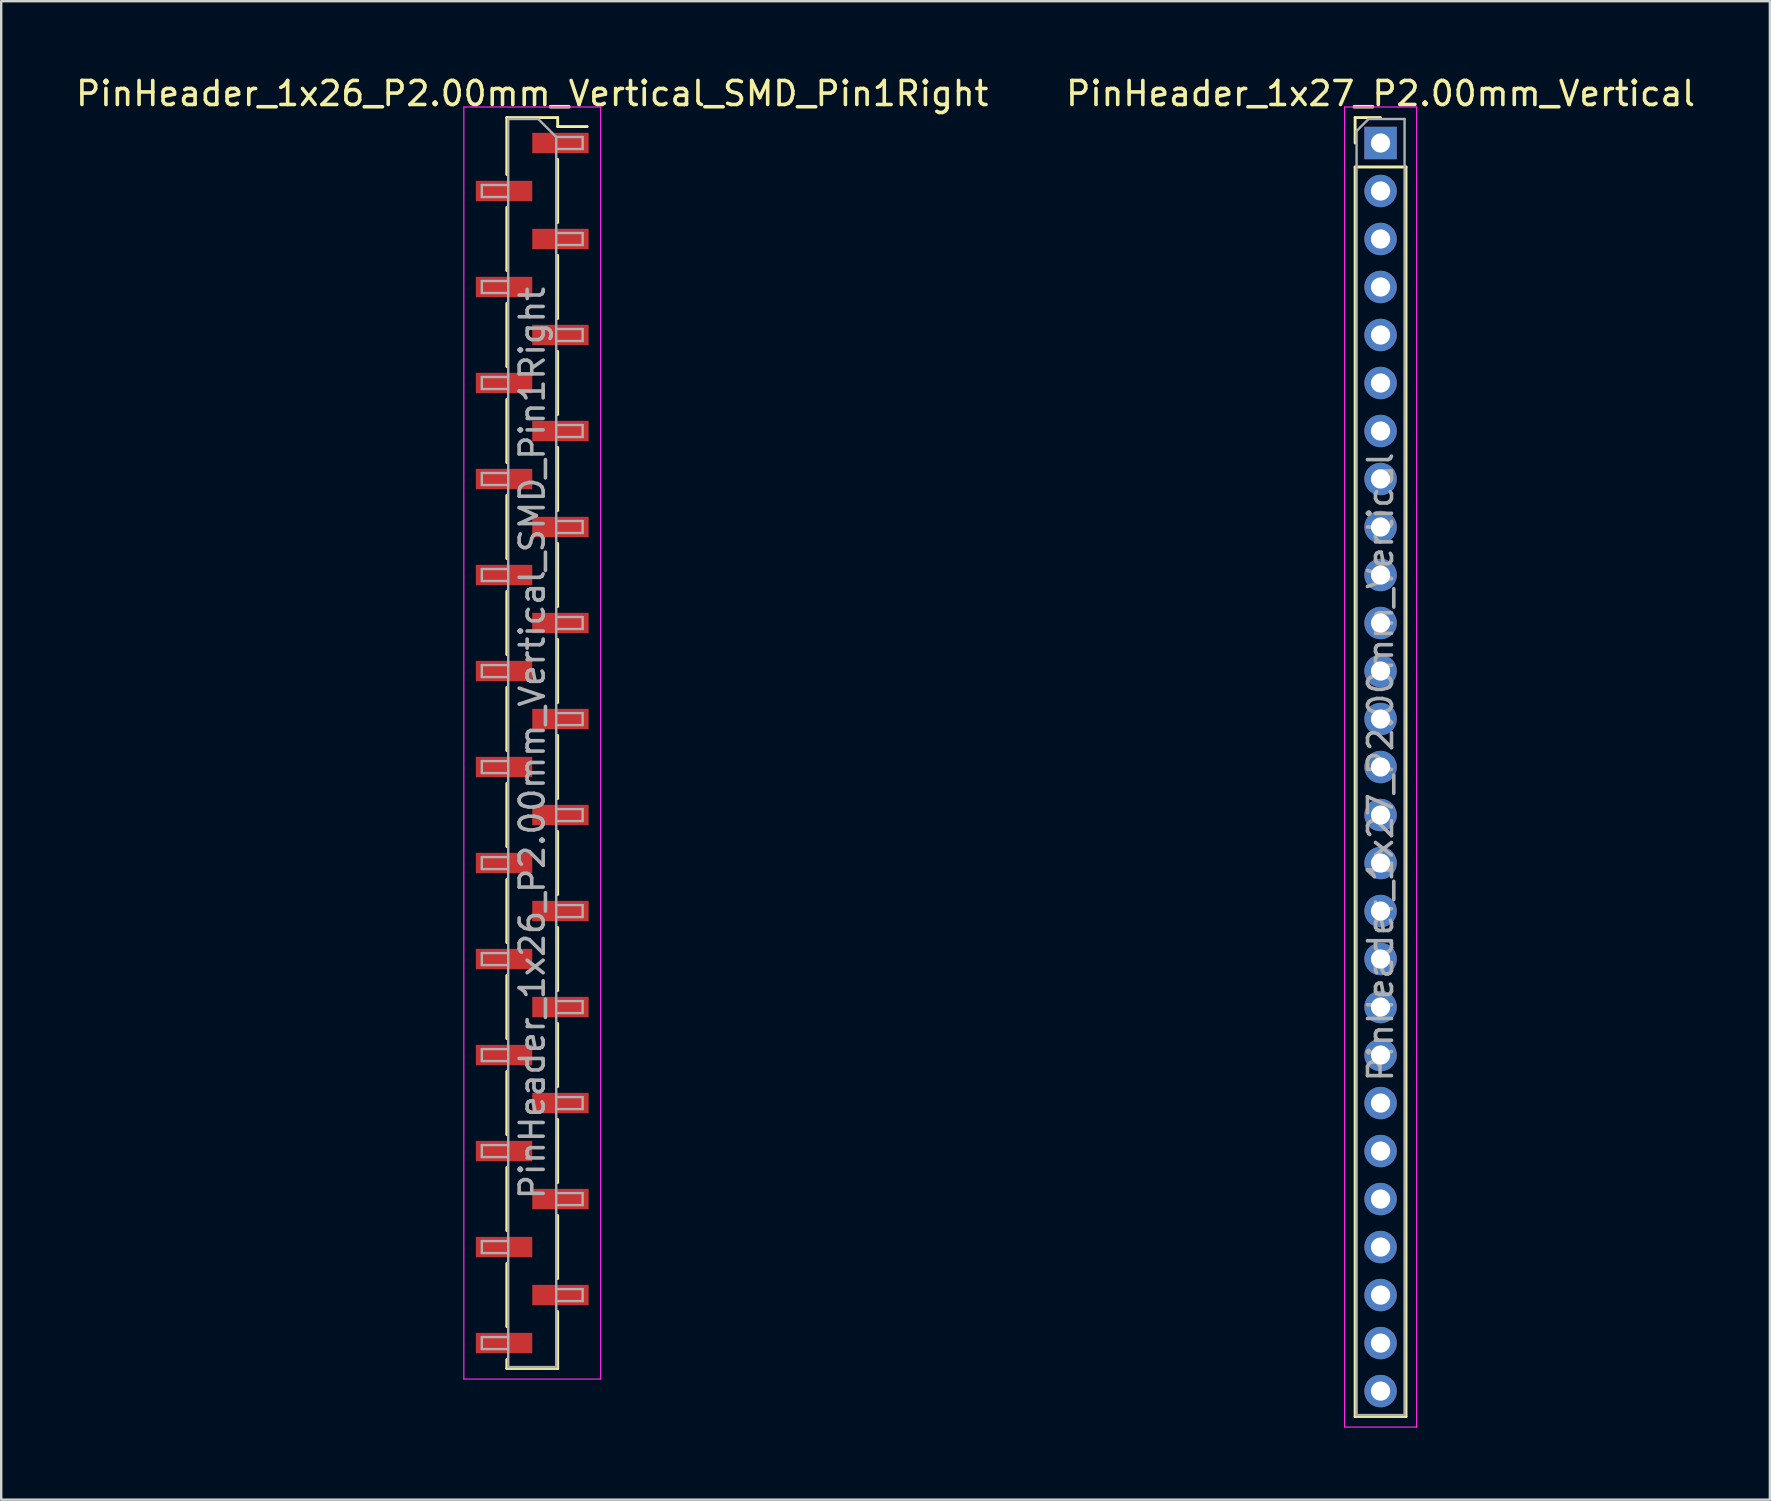
<source format=kicad_pcb>
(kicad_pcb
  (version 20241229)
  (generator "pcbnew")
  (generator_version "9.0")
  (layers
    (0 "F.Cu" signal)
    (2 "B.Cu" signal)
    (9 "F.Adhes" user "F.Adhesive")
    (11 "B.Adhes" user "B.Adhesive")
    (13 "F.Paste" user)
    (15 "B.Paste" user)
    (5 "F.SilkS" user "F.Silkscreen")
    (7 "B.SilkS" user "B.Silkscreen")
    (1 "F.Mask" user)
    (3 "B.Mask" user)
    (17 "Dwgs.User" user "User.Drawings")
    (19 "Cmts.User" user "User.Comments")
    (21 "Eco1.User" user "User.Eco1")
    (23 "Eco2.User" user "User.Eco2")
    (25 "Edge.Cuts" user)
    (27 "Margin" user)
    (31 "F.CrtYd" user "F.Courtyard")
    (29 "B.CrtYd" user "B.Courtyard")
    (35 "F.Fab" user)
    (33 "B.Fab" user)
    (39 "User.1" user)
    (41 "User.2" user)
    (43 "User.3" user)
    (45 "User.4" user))
  (footprint "PinHeader_1x26_P2.00mm_Vertical_SMD_Pin1Right"
    (layer "F.Cu")
    (at 19.125 27.908)
    (property "Reference" "PinHeader_1x26_P2.00mm_Vertical_SMD_Pin1Right" (at 0 -27.06 0) (layer "F.SilkS") (effects (font (size 1 1) (thickness 0.15))))
    (attr smd)
    (fp_line (start -1.06 -26.06) (end -1.06 -23.685) (stroke (width 0.12) (type solid)) (layer "F.SilkS"))
    (fp_line (start -1.06 -26.06) (end 1.06 -26.06) (stroke (width 0.12) (type solid)) (layer "F.SilkS"))
    (fp_line (start -1.06 -22.315) (end -1.06 -19.685) (stroke (width 0.12) (type solid)) (layer "F.SilkS"))
    (fp_line (start -1.06 -18.315) (end -1.06 -15.685) (stroke (width 0.12) (type solid)) (layer "F.SilkS"))
    (fp_line (start -1.06 -14.315) (end -1.06 -11.685) (stroke (width 0.12) (type solid)) (layer "F.SilkS"))
    (fp_line (start -1.06 -10.315) (end -1.06 -7.685) (stroke (width 0.12) (type solid)) (layer "F.SilkS"))
    (fp_line (start -1.06 -6.315) (end -1.06 -3.685) (stroke (width 0.12) (type solid)) (layer "F.SilkS"))
    (fp_line (start -1.06 -2.315) (end -1.06 0.315) (stroke (width 0.12) (type solid)) (layer "F.SilkS"))
    (fp_line (start -1.06 1.685) (end -1.06 4.315) (stroke (width 0.12) (type solid)) (layer "F.SilkS"))
    (fp_line (start -1.06 5.685) (end -1.06 8.315) (stroke (width 0.12) (type solid)) (layer "F.SilkS"))
    (fp_line (start -1.06 9.685) (end -1.06 12.315) (stroke (width 0.12) (type solid)) (layer "F.SilkS"))
    (fp_line (start -1.06 13.685) (end -1.06 16.315) (stroke (width 0.12) (type solid)) (layer "F.SilkS"))
    (fp_line (start -1.06 17.685) (end -1.06 20.315) (stroke (width 0.12) (type solid)) (layer "F.SilkS"))
    (fp_line (start -1.06 21.685) (end -1.06 24.315) (stroke (width 0.12) (type solid)) (layer "F.SilkS"))
    (fp_line (start -1.06 25.685) (end -1.06 26.06) (stroke (width 0.12) (type solid)) (layer "F.SilkS"))
    (fp_line (start -1.06 26.06) (end 1.06 26.06) (stroke (width 0.12) (type solid)) (layer "F.SilkS"))
    (fp_line (start 1.06 -26.06) (end 1.06 -25.685) (stroke (width 0.12) (type solid)) (layer "F.SilkS"))
    (fp_line (start 1.06 -25.685) (end 2.29 -25.685) (stroke (width 0.12) (type solid)) (layer "F.SilkS"))
    (fp_line (start 1.06 -24.315) (end 1.06 -21.685) (stroke (width 0.12) (type solid)) (layer "F.SilkS"))
    (fp_line (start 1.06 -20.315) (end 1.06 -17.685) (stroke (width 0.12) (type solid)) (layer "F.SilkS"))
    (fp_line (start 1.06 -16.315) (end 1.06 -13.685) (stroke (width 0.12) (type solid)) (layer "F.SilkS"))
    (fp_line (start 1.06 -12.315) (end 1.06 -9.685) (stroke (width 0.12) (type solid)) (layer "F.SilkS"))
    (fp_line (start 1.06 -8.315) (end 1.06 -5.685) (stroke (width 0.12) (type solid)) (layer "F.SilkS"))
    (fp_line (start 1.06 -4.315) (end 1.06 -1.685) (stroke (width 0.12) (type solid)) (layer "F.SilkS"))
    (fp_line (start 1.06 -0.315) (end 1.06 2.315) (stroke (width 0.12) (type solid)) (layer "F.SilkS"))
    (fp_line (start 1.06 3.685) (end 1.06 6.315) (stroke (width 0.12) (type solid)) (layer "F.SilkS"))
    (fp_line (start 1.06 7.685) (end 1.06 10.315) (stroke (width 0.12) (type solid)) (layer "F.SilkS"))
    (fp_line (start 1.06 11.685) (end 1.06 14.315) (stroke (width 0.12) (type solid)) (layer "F.SilkS"))
    (fp_line (start 1.06 15.685) (end 1.06 18.315) (stroke (width 0.12) (type solid)) (layer "F.SilkS"))
    (fp_line (start 1.06 19.685) (end 1.06 22.315) (stroke (width 0.12) (type solid)) (layer "F.SilkS"))
    (fp_line (start 1.06 23.685) (end 1.06 26.06) (stroke (width 0.12) (type solid)) (layer "F.SilkS"))
    (fp_line (start -2.85 -26.5) (end -2.85 26.5) (stroke (width 0.05) (type solid)) (layer "F.CrtYd"))
    (fp_line (start -2.85 26.5) (end 2.85 26.5) (stroke (width 0.05) (type solid)) (layer "F.CrtYd"))
    (fp_line (start 2.85 -26.5) (end -2.85 -26.5) (stroke (width 0.05) (type solid)) (layer "F.CrtYd"))
    (fp_line (start 2.85 26.5) (end 2.85 -26.5) (stroke (width 0.05) (type solid)) (layer "F.CrtYd"))
    (fp_line (start -2.1 -23.25) (end -2.1 -22.75) (stroke (width 0.1) (type solid)) (layer "F.Fab"))
    (fp_line (start -2.1 -22.75) (end -1 -22.75) (stroke (width 0.1) (type solid)) (layer "F.Fab"))
    (fp_line (start -2.1 -19.25) (end -2.1 -18.75) (stroke (width 0.1) (type solid)) (layer "F.Fab"))
    (fp_line (start -2.1 -18.75) (end -1 -18.75) (stroke (width 0.1) (type solid)) (layer "F.Fab"))
    (fp_line (start -2.1 -15.25) (end -2.1 -14.75) (stroke (width 0.1) (type solid)) (layer "F.Fab"))
    (fp_line (start -2.1 -14.75) (end -1 -14.75) (stroke (width 0.1) (type solid)) (layer "F.Fab"))
    (fp_line (start -2.1 -11.25) (end -2.1 -10.75) (stroke (width 0.1) (type solid)) (layer "F.Fab"))
    (fp_line (start -2.1 -10.75) (end -1 -10.75) (stroke (width 0.1) (type solid)) (layer "F.Fab"))
    (fp_line (start -2.1 -7.25) (end -2.1 -6.75) (stroke (width 0.1) (type solid)) (layer "F.Fab"))
    (fp_line (start -2.1 -6.75) (end -1 -6.75) (stroke (width 0.1) (type solid)) (layer "F.Fab"))
    (fp_line (start -2.1 -3.25) (end -2.1 -2.75) (stroke (width 0.1) (type solid)) (layer "F.Fab"))
    (fp_line (start -2.1 -2.75) (end -1 -2.75) (stroke (width 0.1) (type solid)) (layer "F.Fab"))
    (fp_line (start -2.1 0.75) (end -2.1 1.25) (stroke (width 0.1) (type solid)) (layer "F.Fab"))
    (fp_line (start -2.1 1.25) (end -1 1.25) (stroke (width 0.1) (type solid)) (layer "F.Fab"))
    (fp_line (start -2.1 4.75) (end -2.1 5.25) (stroke (width 0.1) (type solid)) (layer "F.Fab"))
    (fp_line (start -2.1 5.25) (end -1 5.25) (stroke (width 0.1) (type solid)) (layer "F.Fab"))
    (fp_line (start -2.1 8.75) (end -2.1 9.25) (stroke (width 0.1) (type solid)) (layer "F.Fab"))
    (fp_line (start -2.1 9.25) (end -1 9.25) (stroke (width 0.1) (type solid)) (layer "F.Fab"))
    (fp_line (start -2.1 12.75) (end -2.1 13.25) (stroke (width 0.1) (type solid)) (layer "F.Fab"))
    (fp_line (start -2.1 13.25) (end -1 13.25) (stroke (width 0.1) (type solid)) (layer "F.Fab"))
    (fp_line (start -2.1 16.75) (end -2.1 17.25) (stroke (width 0.1) (type solid)) (layer "F.Fab"))
    (fp_line (start -2.1 17.25) (end -1 17.25) (stroke (width 0.1) (type solid)) (layer "F.Fab"))
    (fp_line (start -2.1 20.75) (end -2.1 21.25) (stroke (width 0.1) (type solid)) (layer "F.Fab"))
    (fp_line (start -2.1 21.25) (end -1 21.25) (stroke (width 0.1) (type solid)) (layer "F.Fab"))
    (fp_line (start -2.1 24.75) (end -2.1 25.25) (stroke (width 0.1) (type solid)) (layer "F.Fab"))
    (fp_line (start -2.1 25.25) (end -1 25.25) (stroke (width 0.1) (type solid)) (layer "F.Fab"))
    (fp_line (start -1 -26) (end -1 26) (stroke (width 0.1) (type solid)) (layer "F.Fab"))
    (fp_line (start -1 -26) (end 0.25 -26) (stroke (width 0.1) (type solid)) (layer "F.Fab"))
    (fp_line (start -1 -23.25) (end -2.1 -23.25) (stroke (width 0.1) (type solid)) (layer "F.Fab"))
    (fp_line (start -1 -19.25) (end -2.1 -19.25) (stroke (width 0.1) (type solid)) (layer "F.Fab"))
    (fp_line (start -1 -15.25) (end -2.1 -15.25) (stroke (width 0.1) (type solid)) (layer "F.Fab"))
    (fp_line (start -1 -11.25) (end -2.1 -11.25) (stroke (width 0.1) (type solid)) (layer "F.Fab"))
    (fp_line (start -1 -7.25) (end -2.1 -7.25) (stroke (width 0.1) (type solid)) (layer "F.Fab"))
    (fp_line (start -1 -3.25) (end -2.1 -3.25) (stroke (width 0.1) (type solid)) (layer "F.Fab"))
    (fp_line (start -1 0.75) (end -2.1 0.75) (stroke (width 0.1) (type solid)) (layer "F.Fab"))
    (fp_line (start -1 4.75) (end -2.1 4.75) (stroke (width 0.1) (type solid)) (layer "F.Fab"))
    (fp_line (start -1 8.75) (end -2.1 8.75) (stroke (width 0.1) (type solid)) (layer "F.Fab"))
    (fp_line (start -1 12.75) (end -2.1 12.75) (stroke (width 0.1) (type solid)) (layer "F.Fab"))
    (fp_line (start -1 16.75) (end -2.1 16.75) (stroke (width 0.1) (type solid)) (layer "F.Fab"))
    (fp_line (start -1 20.75) (end -2.1 20.75) (stroke (width 0.1) (type solid)) (layer "F.Fab"))
    (fp_line (start -1 24.75) (end -2.1 24.75) (stroke (width 0.1) (type solid)) (layer "F.Fab"))
    (fp_line (start 1 -25.25) (end 0.25 -26) (stroke (width 0.1) (type solid)) (layer "F.Fab"))
    (fp_line (start 1 -25.25) (end 2.1 -25.25) (stroke (width 0.1) (type solid)) (layer "F.Fab"))
    (fp_line (start 1 -21.25) (end 2.1 -21.25) (stroke (width 0.1) (type solid)) (layer "F.Fab"))
    (fp_line (start 1 -17.25) (end 2.1 -17.25) (stroke (width 0.1) (type solid)) (layer "F.Fab"))
    (fp_line (start 1 -13.25) (end 2.1 -13.25) (stroke (width 0.1) (type solid)) (layer "F.Fab"))
    (fp_line (start 1 -9.25) (end 2.1 -9.25) (stroke (width 0.1) (type solid)) (layer "F.Fab"))
    (fp_line (start 1 -5.25) (end 2.1 -5.25) (stroke (width 0.1) (type solid)) (layer "F.Fab"))
    (fp_line (start 1 -1.25) (end 2.1 -1.25) (stroke (width 0.1) (type solid)) (layer "F.Fab"))
    (fp_line (start 1 2.75) (end 2.1 2.75) (stroke (width 0.1) (type solid)) (layer "F.Fab"))
    (fp_line (start 1 6.75) (end 2.1 6.75) (stroke (width 0.1) (type solid)) (layer "F.Fab"))
    (fp_line (start 1 10.75) (end 2.1 10.75) (stroke (width 0.1) (type solid)) (layer "F.Fab"))
    (fp_line (start 1 14.75) (end 2.1 14.75) (stroke (width 0.1) (type solid)) (layer "F.Fab"))
    (fp_line (start 1 18.75) (end 2.1 18.75) (stroke (width 0.1) (type solid)) (layer "F.Fab"))
    (fp_line (start 1 22.75) (end 2.1 22.75) (stroke (width 0.1) (type solid)) (layer "F.Fab"))
    (fp_line (start 1 26) (end -1 26) (stroke (width 0.1) (type solid)) (layer "F.Fab"))
    (fp_line (start 1 26) (end 1 -25.25) (stroke (width 0.1) (type solid)) (layer "F.Fab"))
    (fp_line (start 2.1 -25.25) (end 2.1 -24.75) (stroke (width 0.1) (type solid)) (layer "F.Fab"))
    (fp_line (start 2.1 -24.75) (end 1 -24.75) (stroke (width 0.1) (type solid)) (layer "F.Fab"))
    (fp_line (start 2.1 -21.25) (end 2.1 -20.75) (stroke (width 0.1) (type solid)) (layer "F.Fab"))
    (fp_line (start 2.1 -20.75) (end 1 -20.75) (stroke (width 0.1) (type solid)) (layer "F.Fab"))
    (fp_line (start 2.1 -17.25) (end 2.1 -16.75) (stroke (width 0.1) (type solid)) (layer "F.Fab"))
    (fp_line (start 2.1 -16.75) (end 1 -16.75) (stroke (width 0.1) (type solid)) (layer "F.Fab"))
    (fp_line (start 2.1 -13.25) (end 2.1 -12.75) (stroke (width 0.1) (type solid)) (layer "F.Fab"))
    (fp_line (start 2.1 -12.75) (end 1 -12.75) (stroke (width 0.1) (type solid)) (layer "F.Fab"))
    (fp_line (start 2.1 -9.25) (end 2.1 -8.75) (stroke (width 0.1) (type solid)) (layer "F.Fab"))
    (fp_line (start 2.1 -8.75) (end 1 -8.75) (stroke (width 0.1) (type solid)) (layer "F.Fab"))
    (fp_line (start 2.1 -5.25) (end 2.1 -4.75) (stroke (width 0.1) (type solid)) (layer "F.Fab"))
    (fp_line (start 2.1 -4.75) (end 1 -4.75) (stroke (width 0.1) (type solid)) (layer "F.Fab"))
    (fp_line (start 2.1 -1.25) (end 2.1 -0.75) (stroke (width 0.1) (type solid)) (layer "F.Fab"))
    (fp_line (start 2.1 -0.75) (end 1 -0.75) (stroke (width 0.1) (type solid)) (layer "F.Fab"))
    (fp_line (start 2.1 2.75) (end 2.1 3.25) (stroke (width 0.1) (type solid)) (layer "F.Fab"))
    (fp_line (start 2.1 3.25) (end 1 3.25) (stroke (width 0.1) (type solid)) (layer "F.Fab"))
    (fp_line (start 2.1 6.75) (end 2.1 7.25) (stroke (width 0.1) (type solid)) (layer "F.Fab"))
    (fp_line (start 2.1 7.25) (end 1 7.25) (stroke (width 0.1) (type solid)) (layer "F.Fab"))
    (fp_line (start 2.1 10.75) (end 2.1 11.25) (stroke (width 0.1) (type solid)) (layer "F.Fab"))
    (fp_line (start 2.1 11.25) (end 1 11.25) (stroke (width 0.1) (type solid)) (layer "F.Fab"))
    (fp_line (start 2.1 14.75) (end 2.1 15.25) (stroke (width 0.1) (type solid)) (layer "F.Fab"))
    (fp_line (start 2.1 15.25) (end 1 15.25) (stroke (width 0.1) (type solid)) (layer "F.Fab"))
    (fp_line (start 2.1 18.75) (end 2.1 19.25) (stroke (width 0.1) (type solid)) (layer "F.Fab"))
    (fp_line (start 2.1 19.25) (end 1 19.25) (stroke (width 0.1) (type solid)) (layer "F.Fab"))
    (fp_line (start 2.1 22.75) (end 2.1 23.25) (stroke (width 0.1) (type solid)) (layer "F.Fab"))
    (fp_line (start 2.1 23.25) (end 1 23.25) (stroke (width 0.1) (type solid)) (layer "F.Fab"))
    (fp_text user "${REFERENCE}" (at 0 0 90) (layer "F.Fab") (effects (font (size 1 1) (thickness 0.15))))
    (pad "1" smd rect (at 1.175 -25) (size 2.35 0.85) (layers "F.Cu" "F.Mask" "F.Paste"))
    (pad "2" smd rect (at -1.175 -23) (size 2.35 0.85) (layers "F.Cu" "F.Mask" "F.Paste"))
    (pad "3" smd rect (at 1.175 -21) (size 2.35 0.85) (layers "F.Cu" "F.Mask" "F.Paste"))
    (pad "4" smd rect (at -1.175 -19) (size 2.35 0.85) (layers "F.Cu" "F.Mask" "F.Paste"))
    (pad "5" smd rect (at 1.175 -17) (size 2.35 0.85) (layers "F.Cu" "F.Mask" "F.Paste"))
    (pad "6" smd rect (at -1.175 -15) (size 2.35 0.85) (layers "F.Cu" "F.Mask" "F.Paste"))
    (pad "7" smd rect (at 1.175 -13) (size 2.35 0.85) (layers "F.Cu" "F.Mask" "F.Paste"))
    (pad "8" smd rect (at -1.175 -11) (size 2.35 0.85) (layers "F.Cu" "F.Mask" "F.Paste"))
    (pad "9" smd rect (at 1.175 -9) (size 2.35 0.85) (layers "F.Cu" "F.Mask" "F.Paste"))
    (pad "10" smd rect (at -1.175 -7) (size 2.35 0.85) (layers "F.Cu" "F.Mask" "F.Paste"))
    (pad "11" smd rect (at 1.175 -5) (size 2.35 0.85) (layers "F.Cu" "F.Mask" "F.Paste"))
    (pad "12" smd rect (at -1.175 -3) (size 2.35 0.85) (layers "F.Cu" "F.Mask" "F.Paste"))
    (pad "13" smd rect (at 1.175 -1) (size 2.35 0.85) (layers "F.Cu" "F.Mask" "F.Paste"))
    (pad "14" smd rect (at -1.175 1) (size 2.35 0.85) (layers "F.Cu" "F.Mask" "F.Paste"))
    (pad "15" smd rect (at 1.175 3) (size 2.35 0.85) (layers "F.Cu" "F.Mask" "F.Paste"))
    (pad "16" smd rect (at -1.175 5) (size 2.35 0.85) (layers "F.Cu" "F.Mask" "F.Paste"))
    (pad "17" smd rect (at 1.175 7) (size 2.35 0.85) (layers "F.Cu" "F.Mask" "F.Paste"))
    (pad "18" smd rect (at -1.175 9) (size 2.35 0.85) (layers "F.Cu" "F.Mask" "F.Paste"))
    (pad "19" smd rect (at 1.175 11) (size 2.35 0.85) (layers "F.Cu" "F.Mask" "F.Paste"))
    (pad "20" smd rect (at -1.175 13) (size 2.35 0.85) (layers "F.Cu" "F.Mask" "F.Paste"))
    (pad "21" smd rect (at 1.175 15) (size 2.35 0.85) (layers "F.Cu" "F.Mask" "F.Paste"))
    (pad "22" smd rect (at -1.175 17) (size 2.35 0.85) (layers "F.Cu" "F.Mask" "F.Paste"))
    (pad "23" smd rect (at 1.175 19) (size 2.35 0.85) (layers "F.Cu" "F.Mask" "F.Paste"))
    (pad "24" smd rect (at -1.175 21) (size 2.35 0.85) (layers "F.Cu" "F.Mask" "F.Paste"))
    (pad "25" smd rect (at 1.175 23) (size 2.35 0.85) (layers "F.Cu" "F.Mask" "F.Paste"))
    (pad "26" smd rect (at -1.175 25) (size 2.35 0.85) (layers "F.Cu" "F.Mask" "F.Paste")))
  (footprint "PinHeader_1x27_P2.00mm_Vertical"
    (layer "F.Cu")
    (at 54.47 2.908)
    (property "Reference" "PinHeader_1x27_P2.00mm_Vertical" (at 0 -2.06 0) (layer "F.SilkS") (effects (font (size 1 1) (thickness 0.15))))
    (attr through_hole)
    (fp_line (start -1.06 -1.06) (end 0 -1.06) (stroke (width 0.12) (type solid)) (layer "F.SilkS"))
    (fp_line (start -1.06 0) (end -1.06 -1.06) (stroke (width 0.12) (type solid)) (layer "F.SilkS"))
    (fp_line (start -1.06 1) (end -1.06 53.06) (stroke (width 0.12) (type solid)) (layer "F.SilkS"))
    (fp_line (start -1.06 1) (end 1.06 1) (stroke (width 0.12) (type solid)) (layer "F.SilkS"))
    (fp_line (start -1.06 53.06) (end 1.06 53.06) (stroke (width 0.12) (type solid)) (layer "F.SilkS"))
    (fp_line (start 1.06 1) (end 1.06 53.06) (stroke (width 0.12) (type solid)) (layer "F.SilkS"))
    (fp_line (start -1.5 -1.5) (end -1.5 53.5) (stroke (width 0.05) (type solid)) (layer "F.CrtYd"))
    (fp_line (start -1.5 53.5) (end 1.5 53.5) (stroke (width 0.05) (type solid)) (layer "F.CrtYd"))
    (fp_line (start 1.5 -1.5) (end -1.5 -1.5) (stroke (width 0.05) (type solid)) (layer "F.CrtYd"))
    (fp_line (start 1.5 53.5) (end 1.5 -1.5) (stroke (width 0.05) (type solid)) (layer "F.CrtYd"))
    (fp_line (start -1 -0.5) (end -0.5 -1) (stroke (width 0.1) (type solid)) (layer "F.Fab"))
    (fp_line (start -1 53) (end -1 -0.5) (stroke (width 0.1) (type solid)) (layer "F.Fab"))
    (fp_line (start -0.5 -1) (end 1 -1) (stroke (width 0.1) (type solid)) (layer "F.Fab"))
    (fp_line (start 1 -1) (end 1 53) (stroke (width 0.1) (type solid)) (layer "F.Fab"))
    (fp_line (start 1 53) (end -1 53) (stroke (width 0.1) (type solid)) (layer "F.Fab"))
    (fp_text user "${REFERENCE}" (at 0 26 90) (layer "F.Fab") (effects (font (size 1 1) (thickness 0.15))))
    (pad "1" thru_hole rect (at 0 0) (size 1.35 1.35) (drill 0.8) (layers "*.Cu" "*.Mask"))
    (pad "2" thru_hole oval (at 0 2) (size 1.35 1.35) (drill 0.8) (layers "*.Cu" "*.Mask"))
    (pad "3" thru_hole oval (at 0 4) (size 1.35 1.35) (drill 0.8) (layers "*.Cu" "*.Mask"))
    (pad "4" thru_hole oval (at 0 6) (size 1.35 1.35) (drill 0.8) (layers "*.Cu" "*.Mask"))
    (pad "5" thru_hole oval (at 0 8) (size 1.35 1.35) (drill 0.8) (layers "*.Cu" "*.Mask"))
    (pad "6" thru_hole oval (at 0 10) (size 1.35 1.35) (drill 0.8) (layers "*.Cu" "*.Mask"))
    (pad "7" thru_hole oval (at 0 12) (size 1.35 1.35) (drill 0.8) (layers "*.Cu" "*.Mask"))
    (pad "8" thru_hole oval (at 0 14) (size 1.35 1.35) (drill 0.8) (layers "*.Cu" "*.Mask"))
    (pad "9" thru_hole oval (at 0 16) (size 1.35 1.35) (drill 0.8) (layers "*.Cu" "*.Mask"))
    (pad "10" thru_hole oval (at 0 18) (size 1.35 1.35) (drill 0.8) (layers "*.Cu" "*.Mask"))
    (pad "11" thru_hole oval (at 0 20) (size 1.35 1.35) (drill 0.8) (layers "*.Cu" "*.Mask"))
    (pad "12" thru_hole oval (at 0 22) (size 1.35 1.35) (drill 0.8) (layers "*.Cu" "*.Mask"))
    (pad "13" thru_hole oval (at 0 24) (size 1.35 1.35) (drill 0.8) (layers "*.Cu" "*.Mask"))
    (pad "14" thru_hole oval (at 0 26) (size 1.35 1.35) (drill 0.8) (layers "*.Cu" "*.Mask"))
    (pad "15" thru_hole oval (at 0 28) (size 1.35 1.35) (drill 0.8) (layers "*.Cu" "*.Mask"))
    (pad "16" thru_hole oval (at 0 30) (size 1.35 1.35) (drill 0.8) (layers "*.Cu" "*.Mask"))
    (pad "17" thru_hole oval (at 0 32) (size 1.35 1.35) (drill 0.8) (layers "*.Cu" "*.Mask"))
    (pad "18" thru_hole oval (at 0 34) (size 1.35 1.35) (drill 0.8) (layers "*.Cu" "*.Mask"))
    (pad "19" thru_hole oval (at 0 36) (size 1.35 1.35) (drill 0.8) (layers "*.Cu" "*.Mask"))
    (pad "20" thru_hole oval (at 0 38) (size 1.35 1.35) (drill 0.8) (layers "*.Cu" "*.Mask"))
    (pad "21" thru_hole oval (at 0 40) (size 1.35 1.35) (drill 0.8) (layers "*.Cu" "*.Mask"))
    (pad "22" thru_hole oval (at 0 42) (size 1.35 1.35) (drill 0.8) (layers "*.Cu" "*.Mask"))
    (pad "23" thru_hole oval (at 0 44) (size 1.35 1.35) (drill 0.8) (layers "*.Cu" "*.Mask"))
    (pad "24" thru_hole oval (at 0 46) (size 1.35 1.35) (drill 0.8) (layers "*.Cu" "*.Mask"))
    (pad "25" thru_hole oval (at 0 48) (size 1.35 1.35) (drill 0.8) (layers "*.Cu" "*.Mask"))
    (pad "26" thru_hole oval (at 0 50) (size 1.35 1.35) (drill 0.8) (layers "*.Cu" "*.Mask"))
    (pad "27" thru_hole oval (at 0 52) (size 1.35 1.35) (drill 0.8) (layers "*.Cu" "*.Mask")))
  (gr_rect
    (start -3 -3)
    (end 70.69 59.433)
    (stroke (width 0.1) (type default))
    (fill no)
    (layer "Edge.Cuts")))
</source>
